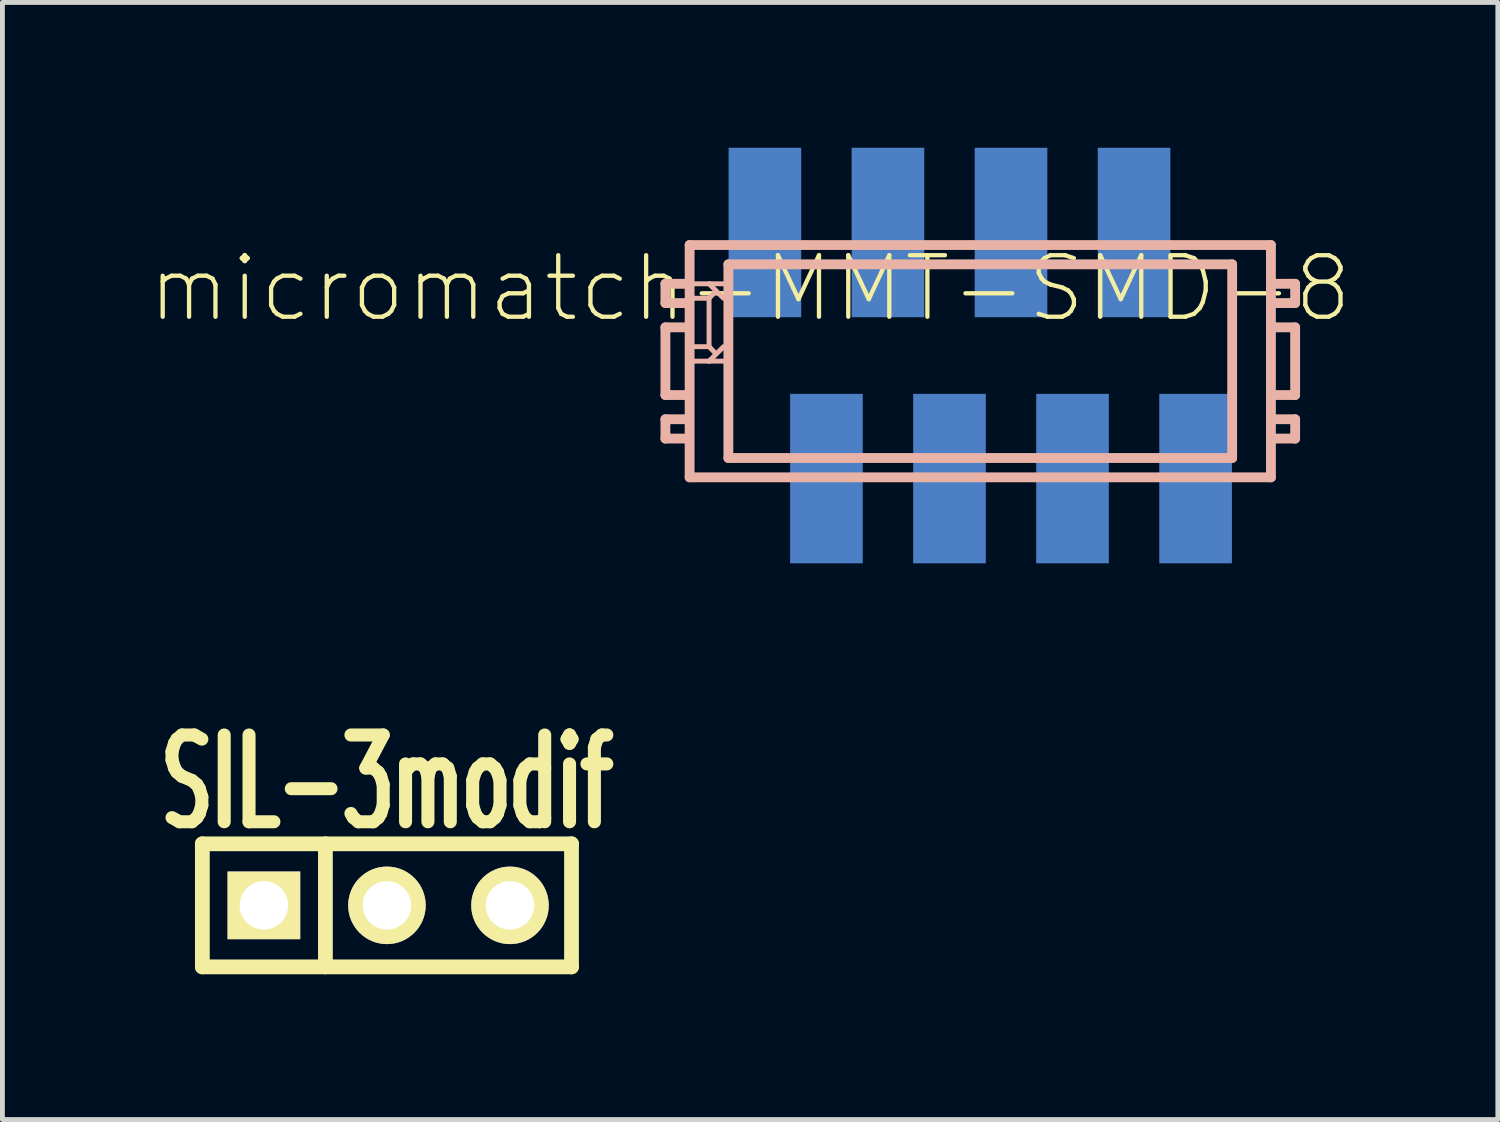
<source format=kicad_pcb>
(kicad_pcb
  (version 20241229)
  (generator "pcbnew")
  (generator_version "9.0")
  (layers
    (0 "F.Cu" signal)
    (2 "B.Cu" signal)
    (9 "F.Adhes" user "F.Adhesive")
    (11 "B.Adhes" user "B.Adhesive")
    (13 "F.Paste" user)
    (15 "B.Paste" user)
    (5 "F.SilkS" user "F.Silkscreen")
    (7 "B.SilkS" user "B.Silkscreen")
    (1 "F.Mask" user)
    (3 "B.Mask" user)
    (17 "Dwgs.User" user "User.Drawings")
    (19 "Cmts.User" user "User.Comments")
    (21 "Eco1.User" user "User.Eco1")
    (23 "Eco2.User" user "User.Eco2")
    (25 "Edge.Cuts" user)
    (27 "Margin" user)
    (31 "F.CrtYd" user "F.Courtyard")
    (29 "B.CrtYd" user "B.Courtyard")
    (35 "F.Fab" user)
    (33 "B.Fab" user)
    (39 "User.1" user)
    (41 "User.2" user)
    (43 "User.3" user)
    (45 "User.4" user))
  (footprint "micromatch-MMT-SMD-8"
    (layer "F.Cu")
    (at 17.152 4.424)
    (property "Reference" "micromatch-MMT-SMD-8" (at -4.718 -1.519 180) (layer "F.SilkS") (effects (font (size 1.27 1.27) (thickness 0.089))))
    (attr smd)
    (fp_line (start -6.467 -1.616) (end -6.066 -1.616) (stroke (width 0.203) (type solid)) (layer "B.SilkS"))
    (fp_line (start -6.467 -1.218) (end -6.467 -1.616) (stroke (width 0.203) (type solid)) (layer "B.SilkS"))
    (fp_line (start -6.467 -0.717) (end -6.467 0.68) (stroke (width 0.203) (type solid)) (layer "B.SilkS"))
    (fp_line (start -6.467 0.68) (end -6.066 0.68) (stroke (width 0.203) (type solid)) (layer "B.SilkS"))
    (fp_line (start -6.467 1.18) (end -6.467 1.579) (stroke (width 0.203) (type solid)) (layer "B.SilkS"))
    (fp_line (start -6.467 1.579) (end -6.066 1.579) (stroke (width 0.203) (type solid)) (layer "B.SilkS"))
    (fp_line (start -6.066 -1.218) (end -6.467 -1.218) (stroke (width 0.203) (type solid)) (layer "B.SilkS"))
    (fp_line (start -6.066 -0.717) (end -6.467 -0.717) (stroke (width 0.203) (type solid)) (layer "B.SilkS"))
    (fp_line (start -6.066 1.18) (end -6.467 1.18) (stroke (width 0.203) (type solid)) (layer "B.SilkS"))
    (fp_line (start -5.967 -2.416) (end -5.967 2.379) (stroke (width 0.203) (type solid)) (layer "B.SilkS"))
    (fp_line (start -5.967 2.379) (end 6.032 2.379) (stroke (width 0.203) (type solid)) (layer "B.SilkS"))
    (fp_line (start -5.865 -1.317) (end -5.566 -1.317) (stroke (width 0.102) (type solid)) (layer "B.SilkS"))
    (fp_line (start -5.566 -1.616) (end -5.865 -1.616) (stroke (width 0.102) (type solid)) (layer "B.SilkS"))
    (fp_line (start -5.566 -1.317) (end -5.566 -0.318) (stroke (width 0.102) (type solid)) (layer "B.SilkS"))
    (fp_line (start -5.566 -0.318) (end -5.865 -0.318) (stroke (width 0.102) (type solid)) (layer "B.SilkS"))
    (fp_line (start -5.566 -0.019) (end -5.865 -0.019) (stroke (width 0.102) (type solid)) (layer "B.SilkS"))
    (fp_line (start -5.467 -1.418) (end -5.566 -1.317) (stroke (width 0.102) (type solid)) (layer "B.SilkS"))
    (fp_line (start -5.467 -0.217) (end -5.566 -0.318) (stroke (width 0.102) (type solid)) (layer "B.SilkS"))
    (fp_line (start -5.266 -1.616) (end -5.566 -1.616) (stroke (width 0.102) (type solid)) (layer "B.SilkS"))
    (fp_line (start -5.266 -1.317) (end -5.566 -1.616) (stroke (width 0.102) (type solid)) (layer "B.SilkS"))
    (fp_line (start -5.266 -0.318) (end -5.566 -0.019) (stroke (width 0.102) (type solid)) (layer "B.SilkS"))
    (fp_line (start -5.266 -0.019) (end -5.566 -0.019) (stroke (width 0.102) (type solid)) (layer "B.SilkS"))
    (fp_line (start -5.167 -2.018) (end -5.167 1.98) (stroke (width 0.203) (type solid)) (layer "B.SilkS"))
    (fp_line (start -5.167 1.98) (end 5.232 1.98) (stroke (width 0.203) (type solid)) (layer "B.SilkS"))
    (fp_line (start 5.232 -2.018) (end -5.167 -2.018) (stroke (width 0.203) (type solid)) (layer "B.SilkS"))
    (fp_line (start 5.232 1.98) (end 5.232 -2.018) (stroke (width 0.203) (type solid)) (layer "B.SilkS"))
    (fp_line (start 6.032 -2.416) (end -5.967 -2.416) (stroke (width 0.203) (type solid)) (layer "B.SilkS"))
    (fp_line (start 6.032 2.379) (end 6.032 -2.416) (stroke (width 0.203) (type solid)) (layer "B.SilkS"))
    (fp_line (start 6.131 -1.218) (end 6.532 -1.218) (stroke (width 0.203) (type solid)) (layer "B.SilkS"))
    (fp_line (start 6.131 -0.717) (end 6.532 -0.717) (stroke (width 0.203) (type solid)) (layer "B.SilkS"))
    (fp_line (start 6.131 1.18) (end 6.532 1.18) (stroke (width 0.203) (type solid)) (layer "B.SilkS"))
    (fp_line (start 6.532 -1.616) (end 6.131 -1.616) (stroke (width 0.203) (type solid)) (layer "B.SilkS"))
    (fp_line (start 6.532 -1.218) (end 6.532 -1.616) (stroke (width 0.203) (type solid)) (layer "B.SilkS"))
    (fp_line (start 6.532 -0.717) (end 6.532 0.68) (stroke (width 0.203) (type solid)) (layer "B.SilkS"))
    (fp_line (start 6.532 0.68) (end 6.131 0.68) (stroke (width 0.203) (type solid)) (layer "B.SilkS"))
    (fp_line (start 6.532 1.18) (end 6.532 1.579) (stroke (width 0.203) (type solid)) (layer "B.SilkS"))
    (fp_line (start 6.532 1.579) (end 6.131 1.579) (stroke (width 0.203) (type solid)) (layer "B.SilkS"))
    (pad "1" smd rect (at -4.413 -2.675 90) (size 3.498 1.499) (layers "B.Cu" "B.Mask" "B.Paste"))
    (pad "2" smd rect (at -3.143 2.405 90) (size 3.498 1.499) (layers "B.Cu" "B.Mask" "B.Paste"))
    (pad "3" smd rect (at -1.873 -2.675 90) (size 3.498 1.499) (layers "B.Cu" "B.Mask" "B.Paste"))
    (pad "4" smd rect (at -0.603 2.405 90) (size 3.498 1.499) (layers "B.Cu" "B.Mask" "B.Paste"))
    (pad "5" smd rect (at 0.667 -2.675 90) (size 3.498 1.499) (layers "B.Cu" "B.Mask" "B.Paste"))
    (pad "6" smd rect (at 1.937 2.405 90) (size 3.498 1.499) (layers "B.Cu" "B.Mask" "B.Paste"))
    (pad "7" smd rect (at 3.207 -2.675 90) (size 3.498 1.499) (layers "B.Cu" "B.Mask" "B.Paste"))
    (pad "8" smd rect (at 4.477 2.405 90) (size 3.498 1.499) (layers "B.Cu" "B.Mask" "B.Paste")))
  (footprint "SIL-3modif"
    (layer "F.Cu")
    (at 4.937 15.638)
    (property "Reference" "SIL-3modif" (at 0 -2.54 0) (layer "F.SilkS") (effects (font (size 1.791 1.077) (thickness 0.305))))
    (attr through_hole)
    (fp_line (start -3.81 -1.27) (end 3.81 -1.27) (stroke (width 0.305) (type solid)) (layer "F.SilkS"))
    (fp_line (start -3.81 1.27) (end -3.81 -1.27) (stroke (width 0.305) (type solid)) (layer "F.SilkS"))
    (fp_line (start -1.27 -1.27) (end -1.27 1.27) (stroke (width 0.305) (type solid)) (layer "F.SilkS"))
    (fp_line (start 3.81 -1.27) (end 3.81 1.27) (stroke (width 0.305) (type solid)) (layer "F.SilkS"))
    (fp_line (start 3.81 1.27) (end -3.81 1.27) (stroke (width 0.305) (type solid)) (layer "F.SilkS"))
    (pad "1" thru_hole rect (at -2.54 0) (size 1.5 1.397) (drill 1) (layers "*.Cu" "F.SilkS"))
    (pad "2" thru_hole circle (at 0 0) (size 1.6 1.6) (drill 1) (layers "*.Cu" "F.SilkS"))
    (pad "3" thru_hole circle (at 2.54 0) (size 1.6 1.6) (drill 1) (layers "*.Cu" "F.SilkS")))
  (gr_rect
    (start -3 -3)
    (end 27.868 20.06)
    (stroke (width 0.1) (type default))
    (fill no)
    (layer "Edge.Cuts")))
</source>
